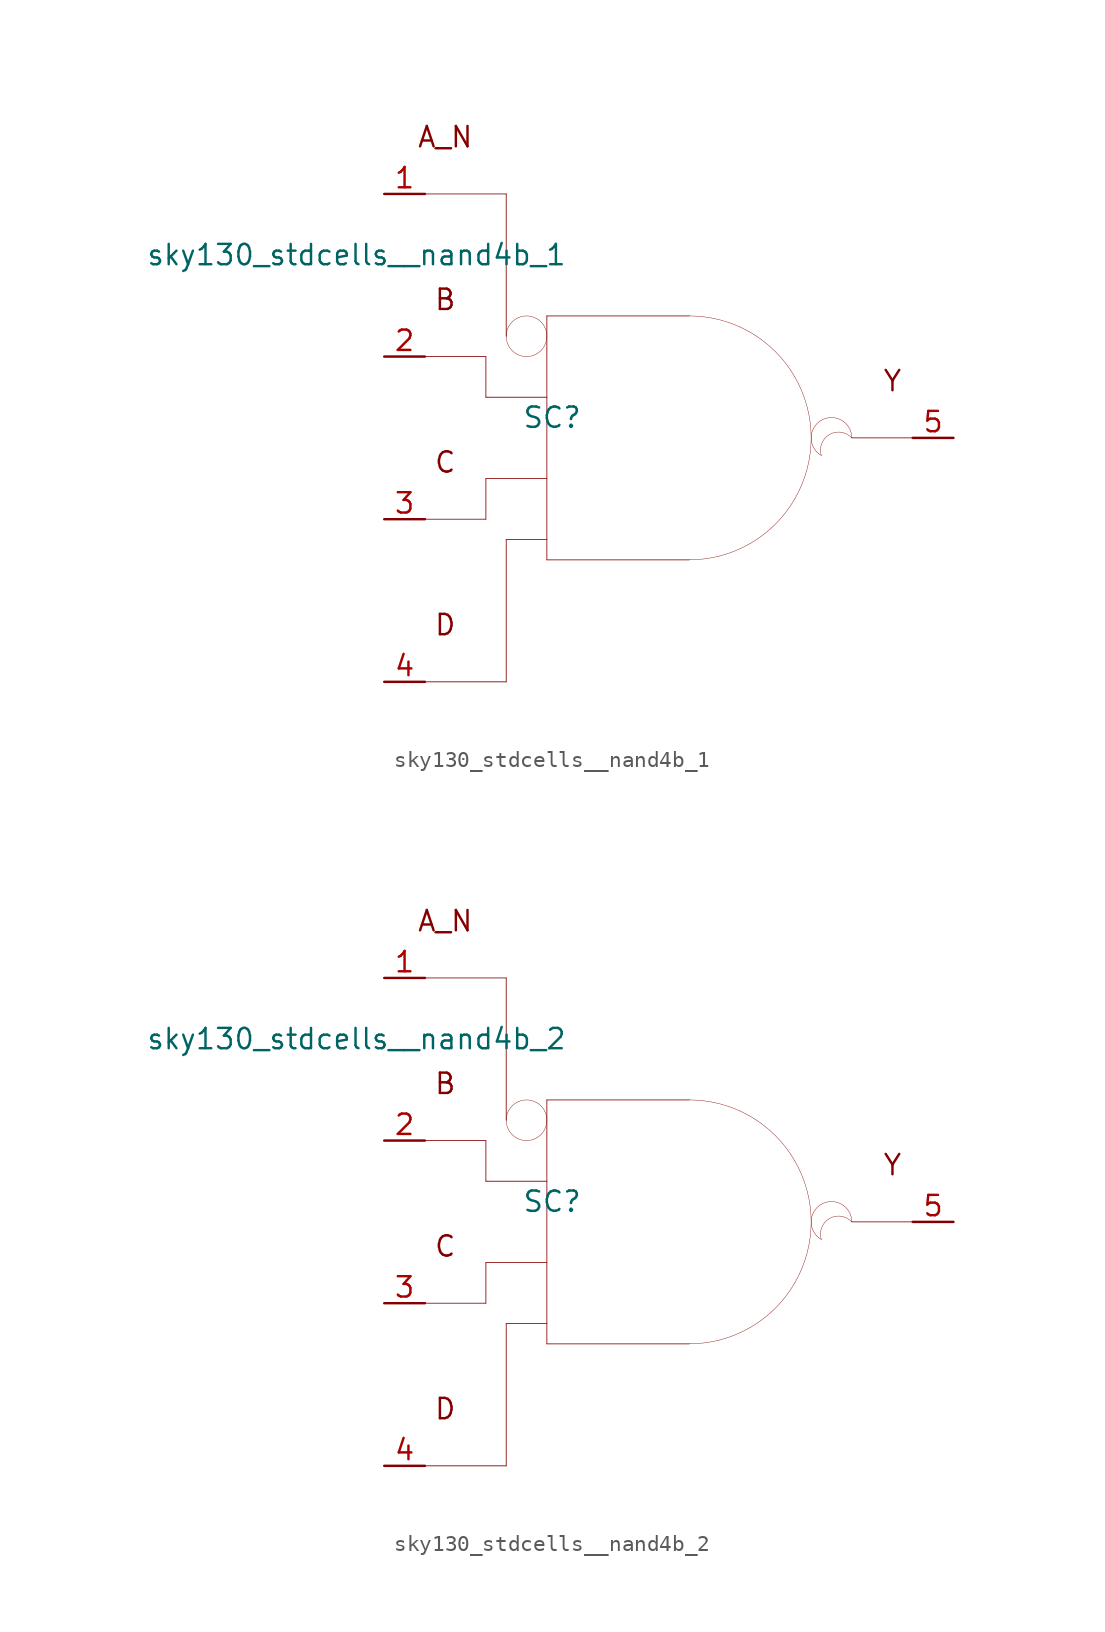
<source format=kicad_sym>
(kicad_symbol_lib
  (version 20211014)
  (generator kicad_symbol_editor)
  (symbol "sky130_stdcells__nand4b_1"
    (pin_names hide)
    (property "Reference" "SC"
      (at -7.29 1.27 0)
      (effects (font (size 1.27 1.27))))
    (property "Value" "sky130_stdcells__nand4b_1"
      (at -6.35 11.43 0)
      (effects (font (size 1.27 1.27)) (justify right)))
    (symbol "sky130_stdcells__nand4b_1_0_0"
      (arc (start -10.16 6.35) (mid -9.9898 5.715) (end -9.525 5.2501) (stroke (width 0.0254) (type default) (color 0 0 0 0)) (fill (type none)))
      (arc (start -9.525 5.2501) (mid -8.89 5.08) (end -8.255 5.2501) (stroke (width 0.0254) (type default) (color 0 0 0 0)) (fill (type none)))
      (arc (start -9.525 7.4499) (mid -9.9899 6.985) (end -10.16 6.35) (stroke (width 0.0254) (type default) (color 0 0 0 0)) (fill (type none)))
      (arc (start -8.255 5.2501) (mid -7.7901 5.715) (end -7.62 6.35) (stroke (width 0.0254) (type default) (color 0 0 0 0)) (fill (type none)))
      (arc (start -8.255 7.4499) (mid -8.89 7.62) (end -9.525 7.4499) (stroke (width 0.0254) (type default) (color 0 0 0 0)) (fill (type none)))
      (arc (start -7.62 6.35) (mid -7.7902 6.985) (end -8.255 7.4499) (stroke (width 0.0254) (type default) (color 0 0 0 0)) (fill (type none)))
      (polyline (pts (xy -15.24 -15.24) (xy -10.16 -15.24)) (stroke (width 0.051) (type default) (color 0 0 0 0)) (fill (type none)))
      (polyline (pts (xy -15.24 -5.08) (xy -11.43 -5.08)) (stroke (width 0.051) (type default) (color 0 0 0 0)) (fill (type none)))
      (polyline (pts (xy -15.24 5.08) (xy -11.43 5.08)) (stroke (width 0.051) (type default) (color 0 0 0 0)) (fill (type none)))
      (polyline (pts (xy -15.24 15.24) (xy -10.16 15.24)) (stroke (width 0.051) (type default) (color 0 0 0 0)) (fill (type none)))
      (polyline (pts (xy -11.43 -2.54) (xy -11.43 -5.08)) (stroke (width 0.051) (type default) (color 0 0 0 0)) (fill (type none)))
      (polyline (pts (xy -11.43 -2.54) (xy -7.62 -2.54)) (stroke (width 0.051) (type default) (color 0 0 0 0)) (fill (type none)))
      (polyline (pts (xy -11.43 2.54) (xy -7.62 2.54)) (stroke (width 0.051) (type default) (color 0 0 0 0)) (fill (type none)))
      (polyline (pts (xy -11.43 5.08) (xy -11.43 2.54)) (stroke (width 0.051) (type default) (color 0 0 0 0)) (fill (type none)))
      (polyline (pts (xy -10.16 -6.35) (xy -10.16 -15.24)) (stroke (width 0.051) (type default) (color 0 0 0 0)) (fill (type none)))
      (polyline (pts (xy -10.16 -6.35) (xy -7.62 -6.35)) (stroke (width 0.051) (type default) (color 0 0 0 0)) (fill (type none)))
      (polyline (pts (xy -10.16 15.24) (xy -10.16 6.35)) (stroke (width 0.051) (type default) (color 0 0 0 0)) (fill (type none)))
      (polyline (pts (xy -7.62 -7.62) (xy 1.27 -7.62)) (stroke (width 0.051) (type default) (color 0 0 0 0)) (fill (type none)))
      (polyline (pts (xy -7.62 7.62) (xy -7.62 -7.62)) (stroke (width 0.051) (type default) (color 0 0 0 0)) (fill (type none)))
      (polyline (pts (xy -7.62 7.62) (xy 1.27 7.62)) (stroke (width 0.051) (type default) (color 0 0 0 0)) (fill (type none)))
      (polyline (pts (xy 11.43 0) (xy 15.24 0)) (stroke (width 0.051) (type default) (color 0 0 0 0)) (fill (type none)))
      (arc (start 1.27 -7.62) (mid 3.2422 -7.3604) (end 5.08 -6.5991) (stroke (width 0.0254) (type default) (color 0 0 0 0)) (fill (type none)))
      (arc (start 5.08 -6.5991) (mid 6.6581 -5.3881) (end 7.8691 -3.81) (stroke (width 0.0254) (type default) (color 0 0 0 0)) (fill (type none)))
      (arc (start 5.08 6.5991) (mid 3.2422 7.3603) (end 1.27 7.62) (stroke (width 0.0254) (type default) (color 0 0 0 0)) (fill (type none)))
      (arc (start 7.8691 -3.81) (mid 8.6303 -1.9722) (end 8.89 0) (stroke (width 0.0254) (type default) (color 0 0 0 0)) (fill (type none)))
      (arc (start 7.8691 3.81) (mid 6.6581 5.3881) (end 5.08 6.5991) (stroke (width 0.0254) (type default) (color 0 0 0 0)) (fill (type none)))
      (arc (start 8.89 0) (mid 8.6304 1.9722) (end 7.8691 3.81) (stroke (width 0.0254) (type default) (color 0 0 0 0)) (fill (type none)))
      (arc (start 9.525 1.0999) (mid 8.89 0) (end 9.525 -1.0999) (stroke (width 0.0254) (type default) (color 0 0 0 0)) (fill (type none)))
      (arc (start 11.43 0) (mid 9.5731 0.4743) (end 9.525 -1.0999) (stroke (width 0.0254) (type default) (color 0 0 0 0)) (fill (type none)))
      (arc (start 11.43 0) (mid 10.795 1.0998) (end 9.525 1.0999) (stroke (width 0.0254) (type default) (color 0 0 0 0)) (fill (type none)))
      (text "A_N" (at -13.97 18.796 0) (effects (font (size 1.27 1.27))))
      (text "B" (at -13.97 8.636 0) (effects (font (size 1.27 1.27))))
      (text "C" (at -13.97 -1.524 0) (effects (font (size 1.27 1.27))))
      (text "D" (at -13.97 -11.684 0) (effects (font (size 1.27 1.27))))
      (text "Y" (at 13.97 3.556 0) (effects (font (size 1.27 1.27)))))
    (symbol "sky130_stdcells__nand4b_1_1_1"
      (pin input line (at -17.78 15.24 0) (length 2.54) (name "A_N" (effects (font (size 1.092 1.092)))) (number "1" (effects (font (size 1.27 1.27)))))
      (pin input line (at -17.78 5.08 0) (length 2.54) (name "B" (effects (font (size 1.092 1.092)))) (number "2" (effects (font (size 1.27 1.27)))))
      (pin input line (at -17.78 -5.08 0) (length 2.54) (name "C" (effects (font (size 1.092 1.092)))) (number "3" (effects (font (size 1.27 1.27)))))
      (pin input line (at -17.78 -15.24 0) (length 2.54) (name "D" (effects (font (size 1.092 1.092)))) (number "4" (effects (font (size 1.27 1.27)))))
      (pin output line (at 17.78 0 180) (length 2.54) (name "Y" (effects (font (size 1.092 1.092)))) (number "5" (effects (font (size 1.27 1.27)))))))
  (symbol "sky130_stdcells__nand4b_2"
    (pin_names hide)
    (property "Reference" "SC"
      (at -7.29 1.27 0)
      (effects (font (size 1.27 1.27))))
    (property "Value" "sky130_stdcells__nand4b_2"
      (at -6.35 11.43 0)
      (effects (font (size 1.27 1.27)) (justify right)))
    (symbol "sky130_stdcells__nand4b_2_0_0"
      (arc (start -10.16 6.35) (mid -9.9898 5.715) (end -9.525 5.2501) (stroke (width 0.0254) (type default) (color 0 0 0 0)) (fill (type none)))
      (arc (start -9.525 5.2501) (mid -8.89 5.08) (end -8.255 5.2501) (stroke (width 0.0254) (type default) (color 0 0 0 0)) (fill (type none)))
      (arc (start -9.525 7.4499) (mid -9.9899 6.985) (end -10.16 6.35) (stroke (width 0.0254) (type default) (color 0 0 0 0)) (fill (type none)))
      (arc (start -8.255 5.2501) (mid -7.7901 5.715) (end -7.62 6.35) (stroke (width 0.0254) (type default) (color 0 0 0 0)) (fill (type none)))
      (arc (start -8.255 7.4499) (mid -8.89 7.62) (end -9.525 7.4499) (stroke (width 0.0254) (type default) (color 0 0 0 0)) (fill (type none)))
      (arc (start -7.62 6.35) (mid -7.7902 6.985) (end -8.255 7.4499) (stroke (width 0.0254) (type default) (color 0 0 0 0)) (fill (type none)))
      (polyline (pts (xy -15.24 -15.24) (xy -10.16 -15.24)) (stroke (width 0.051) (type default) (color 0 0 0 0)) (fill (type none)))
      (polyline (pts (xy -15.24 -5.08) (xy -11.43 -5.08)) (stroke (width 0.051) (type default) (color 0 0 0 0)) (fill (type none)))
      (polyline (pts (xy -15.24 5.08) (xy -11.43 5.08)) (stroke (width 0.051) (type default) (color 0 0 0 0)) (fill (type none)))
      (polyline (pts (xy -15.24 15.24) (xy -10.16 15.24)) (stroke (width 0.051) (type default) (color 0 0 0 0)) (fill (type none)))
      (polyline (pts (xy -11.43 -2.54) (xy -11.43 -5.08)) (stroke (width 0.051) (type default) (color 0 0 0 0)) (fill (type none)))
      (polyline (pts (xy -11.43 -2.54) (xy -7.62 -2.54)) (stroke (width 0.051) (type default) (color 0 0 0 0)) (fill (type none)))
      (polyline (pts (xy -11.43 2.54) (xy -7.62 2.54)) (stroke (width 0.051) (type default) (color 0 0 0 0)) (fill (type none)))
      (polyline (pts (xy -11.43 5.08) (xy -11.43 2.54)) (stroke (width 0.051) (type default) (color 0 0 0 0)) (fill (type none)))
      (polyline (pts (xy -10.16 -6.35) (xy -10.16 -15.24)) (stroke (width 0.051) (type default) (color 0 0 0 0)) (fill (type none)))
      (polyline (pts (xy -10.16 -6.35) (xy -7.62 -6.35)) (stroke (width 0.051) (type default) (color 0 0 0 0)) (fill (type none)))
      (polyline (pts (xy -10.16 15.24) (xy -10.16 6.35)) (stroke (width 0.051) (type default) (color 0 0 0 0)) (fill (type none)))
      (polyline (pts (xy -7.62 -7.62) (xy 1.27 -7.62)) (stroke (width 0.051) (type default) (color 0 0 0 0)) (fill (type none)))
      (polyline (pts (xy -7.62 7.62) (xy -7.62 -7.62)) (stroke (width 0.051) (type default) (color 0 0 0 0)) (fill (type none)))
      (polyline (pts (xy -7.62 7.62) (xy 1.27 7.62)) (stroke (width 0.051) (type default) (color 0 0 0 0)) (fill (type none)))
      (polyline (pts (xy 11.43 0) (xy 15.24 0)) (stroke (width 0.051) (type default) (color 0 0 0 0)) (fill (type none)))
      (arc (start 1.27 -7.62) (mid 3.2422 -7.3604) (end 5.08 -6.5991) (stroke (width 0.0254) (type default) (color 0 0 0 0)) (fill (type none)))
      (arc (start 5.08 -6.5991) (mid 6.6581 -5.3881) (end 7.8691 -3.81) (stroke (width 0.0254) (type default) (color 0 0 0 0)) (fill (type none)))
      (arc (start 5.08 6.5991) (mid 3.2422 7.3603) (end 1.27 7.62) (stroke (width 0.0254) (type default) (color 0 0 0 0)) (fill (type none)))
      (arc (start 7.8691 -3.81) (mid 8.6303 -1.9722) (end 8.89 0) (stroke (width 0.0254) (type default) (color 0 0 0 0)) (fill (type none)))
      (arc (start 7.8691 3.81) (mid 6.6581 5.3881) (end 5.08 6.5991) (stroke (width 0.0254) (type default) (color 0 0 0 0)) (fill (type none)))
      (arc (start 8.89 0) (mid 8.6304 1.9722) (end 7.8691 3.81) (stroke (width 0.0254) (type default) (color 0 0 0 0)) (fill (type none)))
      (arc (start 9.525 1.0999) (mid 8.89 0) (end 9.525 -1.0999) (stroke (width 0.0254) (type default) (color 0 0 0 0)) (fill (type none)))
      (arc (start 11.43 0) (mid 9.5731 0.4743) (end 9.525 -1.0999) (stroke (width 0.0254) (type default) (color 0 0 0 0)) (fill (type none)))
      (arc (start 11.43 0) (mid 10.795 1.0998) (end 9.525 1.0999) (stroke (width 0.0254) (type default) (color 0 0 0 0)) (fill (type none)))
      (text "A_N" (at -13.97 18.796 0) (effects (font (size 1.27 1.27))))
      (text "B" (at -13.97 8.636 0) (effects (font (size 1.27 1.27))))
      (text "C" (at -13.97 -1.524 0) (effects (font (size 1.27 1.27))))
      (text "D" (at -13.97 -11.684 0) (effects (font (size 1.27 1.27))))
      (text "Y" (at 13.97 3.556 0) (effects (font (size 1.27 1.27)))))
    (symbol "sky130_stdcells__nand4b_2_1_1"
      (pin input line (at -17.78 15.24 0) (length 2.54) (name "A_N" (effects (font (size 1.092 1.092)))) (number "1" (effects (font (size 1.27 1.27)))))
      (pin input line (at -17.78 5.08 0) (length 2.54) (name "B" (effects (font (size 1.092 1.092)))) (number "2" (effects (font (size 1.27 1.27)))))
      (pin input line (at -17.78 -5.08 0) (length 2.54) (name "C" (effects (font (size 1.092 1.092)))) (number "3" (effects (font (size 1.27 1.27)))))
      (pin input line (at -17.78 -15.24 0) (length 2.54) (name "D" (effects (font (size 1.092 1.092)))) (number "4" (effects (font (size 1.27 1.27)))))
      (pin output line (at 17.78 0 180) (length 2.54) (name "Y" (effects (font (size 1.092 1.092)))) (number "5" (effects (font (size 1.27 1.27))))))))
</source>
